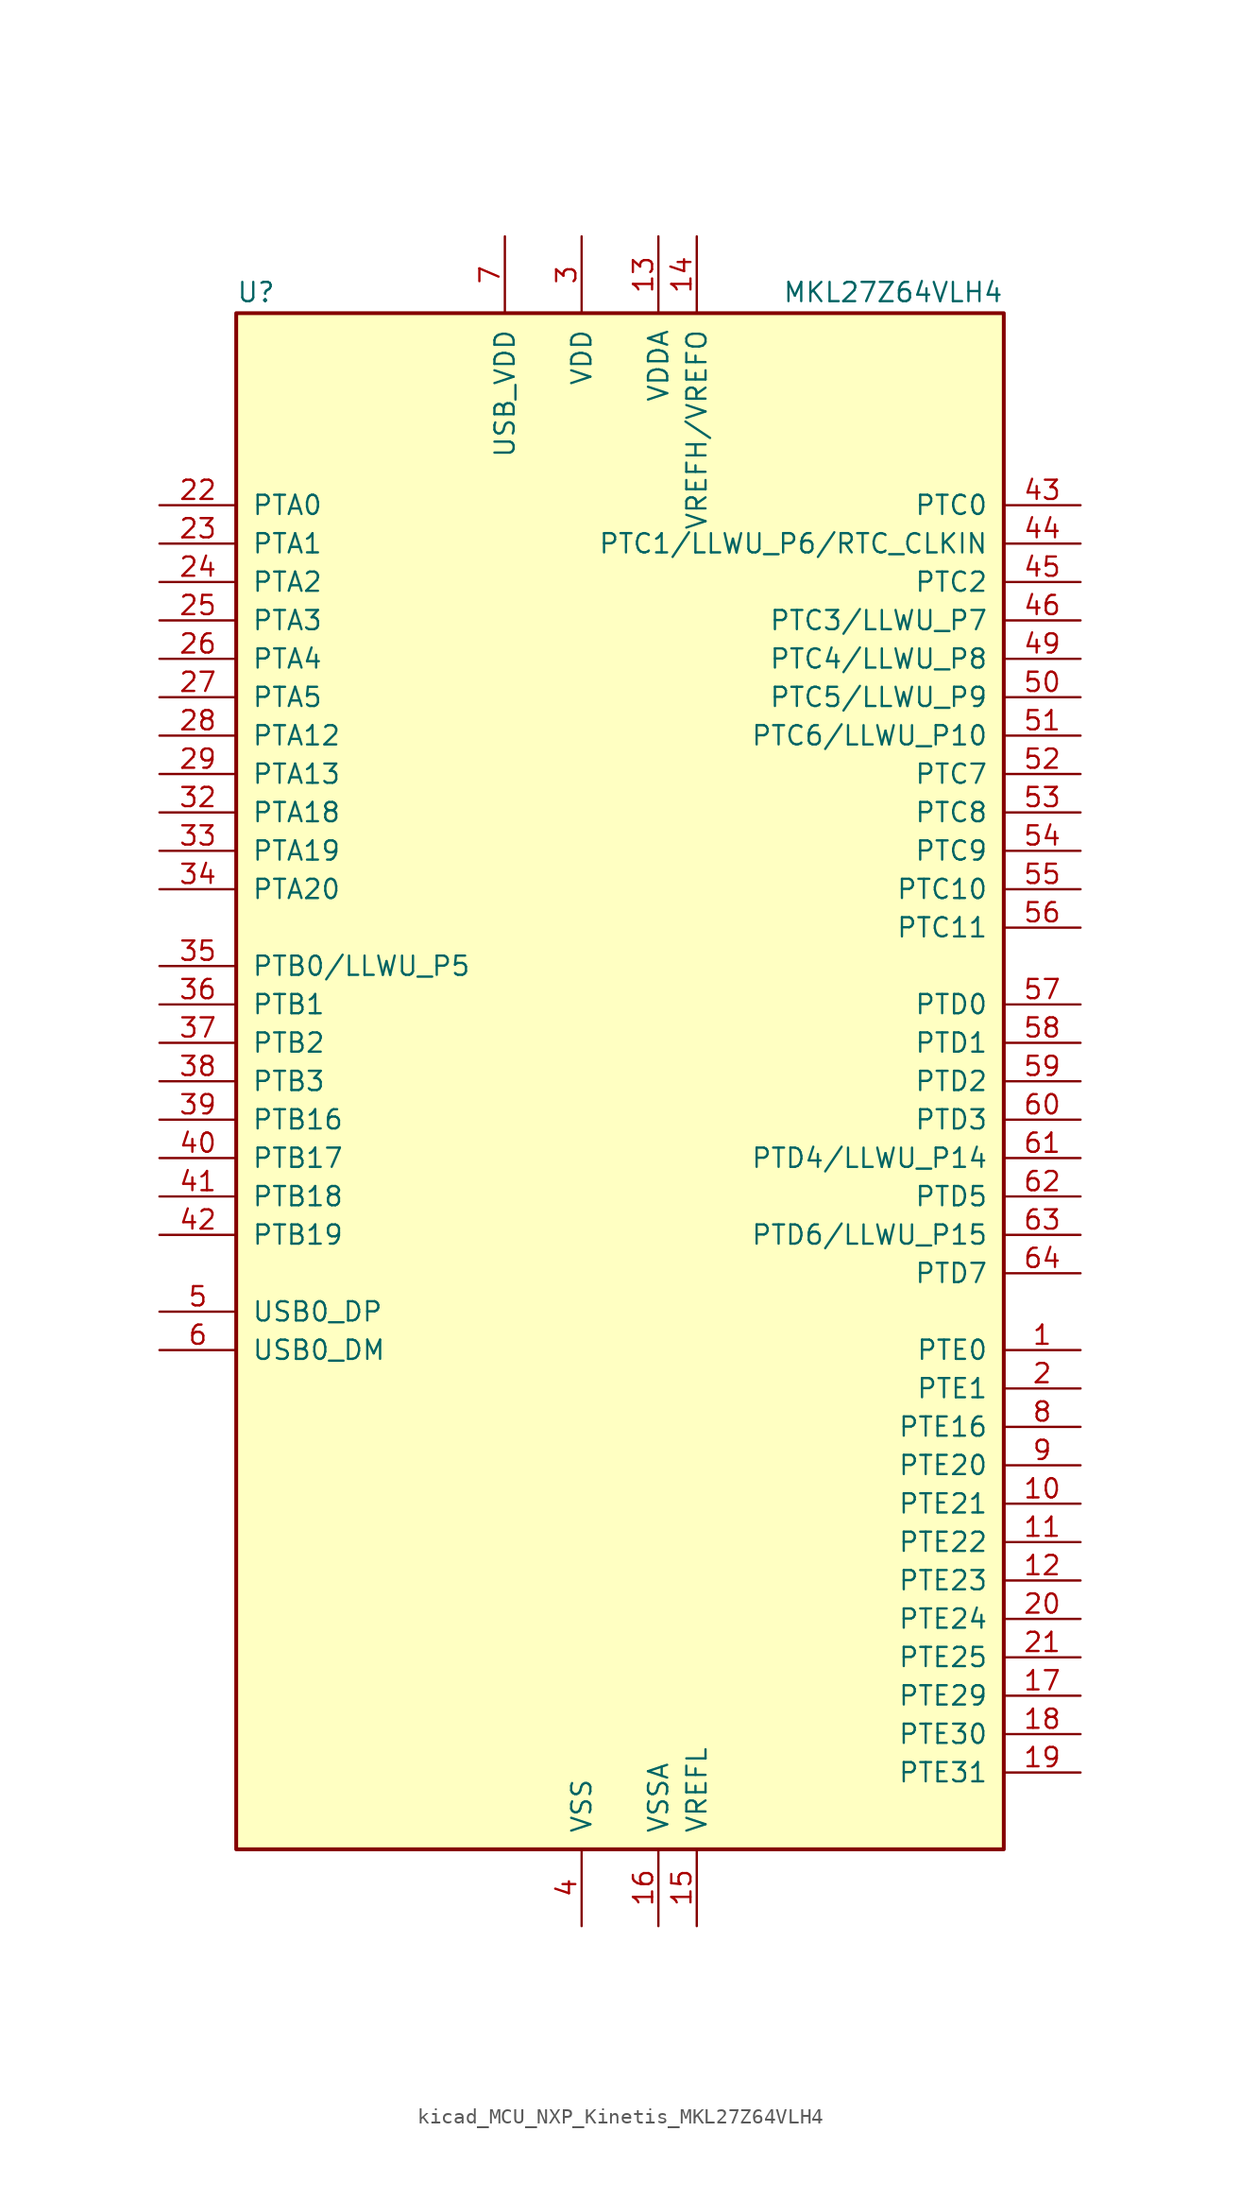
<source format=kicad_sym>
(kicad_symbol_lib
  (version 20220914)
  (generator kicad_symbol_editor)
  (symbol "kicad_MCU_NXP_Kinetis_MKL27Z64VLH4"
    (pin_names
      (offset 1.016))
    (property "Reference" "U"
      (at -25.4 51.435 0)
      (effects (font (size 1.27 1.27)) (justify left bottom)))
    (property "Value" "MKL27Z64VLH4"
      (at 25.4 51.435 0)
      (effects (font (size 1.27 1.27)) (justify right bottom)))
    (symbol "kicad_MCU_NXP_Kinetis_MKL27Z64VLH4_0_1"
      (rectangle (start -25.4 50.8) (end 25.4 -50.8) (stroke (width 0.254) (type default)) (fill (type background))))
    (symbol "kicad_MCU_NXP_Kinetis_MKL27Z64VLH4_1_1"
      (pin bidirectional line (at 30.48 -17.78 180) (length 5.08) (name "PTE0" (effects (font (size 1.27 1.27)))) (number "1" (effects (font (size 1.27 1.27)))))
      (pin bidirectional line (at 30.48 -27.94 180) (length 5.08) (name "PTE21" (effects (font (size 1.27 1.27)))) (number "10" (effects (font (size 1.27 1.27)))))
      (pin bidirectional line (at 30.48 -30.48 180) (length 5.08) (name "PTE22" (effects (font (size 1.27 1.27)))) (number "11" (effects (font (size 1.27 1.27)))))
      (pin bidirectional line (at 30.48 -33.02 180) (length 5.08) (name "PTE23" (effects (font (size 1.27 1.27)))) (number "12" (effects (font (size 1.27 1.27)))))
      (pin power_in line (at 2.54 55.88 270) (length 5.08) (name "VDDA" (effects (font (size 1.27 1.27)))) (number "13" (effects (font (size 1.27 1.27)))))
      (pin power_in line (at 5.08 55.88 270) (length 5.08) (name "VREFH/VREFO" (effects (font (size 1.27 1.27)))) (number "14" (effects (font (size 1.27 1.27)))))
      (pin power_in line (at 5.08 -55.88 90) (length 5.08) (name "VREFL" (effects (font (size 1.27 1.27)))) (number "15" (effects (font (size 1.27 1.27)))))
      (pin power_in line (at 2.54 -55.88 90) (length 5.08) (name "VSSA" (effects (font (size 1.27 1.27)))) (number "16" (effects (font (size 1.27 1.27)))))
      (pin bidirectional line (at 30.48 -40.64 180) (length 5.08) (name "PTE29" (effects (font (size 1.27 1.27)))) (number "17" (effects (font (size 1.27 1.27)))))
      (pin bidirectional line (at 30.48 -43.18 180) (length 5.08) (name "PTE30" (effects (font (size 1.27 1.27)))) (number "18" (effects (font (size 1.27 1.27)))))
      (pin bidirectional line (at 30.48 -45.72 180) (length 5.08) (name "PTE31" (effects (font (size 1.27 1.27)))) (number "19" (effects (font (size 1.27 1.27)))))
      (pin bidirectional line (at 30.48 -20.32 180) (length 5.08) (name "PTE1" (effects (font (size 1.27 1.27)))) (number "2" (effects (font (size 1.27 1.27)))))
      (pin bidirectional line (at 30.48 -35.56 180) (length 5.08) (name "PTE24" (effects (font (size 1.27 1.27)))) (number "20" (effects (font (size 1.27 1.27)))))
      (pin bidirectional line (at 30.48 -38.1 180) (length 5.08) (name "PTE25" (effects (font (size 1.27 1.27)))) (number "21" (effects (font (size 1.27 1.27)))))
      (pin bidirectional line (at -30.48 38.1 0) (length 5.08) (name "PTA0" (effects (font (size 1.27 1.27)))) (number "22" (effects (font (size 1.27 1.27)))))
      (pin bidirectional line (at -30.48 35.56 0) (length 5.08) (name "PTA1" (effects (font (size 1.27 1.27)))) (number "23" (effects (font (size 1.27 1.27)))))
      (pin bidirectional line (at -30.48 33.02 0) (length 5.08) (name "PTA2" (effects (font (size 1.27 1.27)))) (number "24" (effects (font (size 1.27 1.27)))))
      (pin bidirectional line (at -30.48 30.48 0) (length 5.08) (name "PTA3" (effects (font (size 1.27 1.27)))) (number "25" (effects (font (size 1.27 1.27)))))
      (pin bidirectional line (at -30.48 27.94 0) (length 5.08) (name "PTA4" (effects (font (size 1.27 1.27)))) (number "26" (effects (font (size 1.27 1.27)))))
      (pin bidirectional line (at -30.48 25.4 0) (length 5.08) (name "PTA5" (effects (font (size 1.27 1.27)))) (number "27" (effects (font (size 1.27 1.27)))))
      (pin bidirectional line (at -30.48 22.86 0) (length 5.08) (name "PTA12" (effects (font (size 1.27 1.27)))) (number "28" (effects (font (size 1.27 1.27)))))
      (pin bidirectional line (at -30.48 20.32 0) (length 5.08) (name "PTA13" (effects (font (size 1.27 1.27)))) (number "29" (effects (font (size 1.27 1.27)))))
      (pin power_in line (at -2.54 55.88 270) (length 5.08) (name "VDD" (effects (font (size 1.27 1.27)))) (number "3" (effects (font (size 1.27 1.27)))))
      (pin passive line (at -2.54 55.88 270) (length 5.08) hide (name "VDD" (effects (font (size 1.27 1.27)))) (number "30" (effects (font (size 1.27 1.27)))))
      (pin passive line (at -2.54 -55.88 90) (length 5.08) hide (name "VSS" (effects (font (size 1.27 1.27)))) (number "31" (effects (font (size 1.27 1.27)))))
      (pin bidirectional line (at -30.48 17.78 0) (length 5.08) (name "PTA18" (effects (font (size 1.27 1.27)))) (number "32" (effects (font (size 1.27 1.27)))))
      (pin bidirectional line (at -30.48 15.24 0) (length 5.08) (name "PTA19" (effects (font (size 1.27 1.27)))) (number "33" (effects (font (size 1.27 1.27)))))
      (pin bidirectional line (at -30.48 12.7 0) (length 5.08) (name "PTA20" (effects (font (size 1.27 1.27)))) (number "34" (effects (font (size 1.27 1.27)))))
      (pin bidirectional line (at -30.48 7.62 0) (length 5.08) (name "PTB0/LLWU_P5" (effects (font (size 1.27 1.27)))) (number "35" (effects (font (size 1.27 1.27)))))
      (pin bidirectional line (at -30.48 5.08 0) (length 5.08) (name "PTB1" (effects (font (size 1.27 1.27)))) (number "36" (effects (font (size 1.27 1.27)))))
      (pin bidirectional line (at -30.48 2.54 0) (length 5.08) (name "PTB2" (effects (font (size 1.27 1.27)))) (number "37" (effects (font (size 1.27 1.27)))))
      (pin bidirectional line (at -30.48 0 0) (length 5.08) (name "PTB3" (effects (font (size 1.27 1.27)))) (number "38" (effects (font (size 1.27 1.27)))))
      (pin bidirectional line (at -30.48 -2.54 0) (length 5.08) (name "PTB16" (effects (font (size 1.27 1.27)))) (number "39" (effects (font (size 1.27 1.27)))))
      (pin power_in line (at -2.54 -55.88 90) (length 5.08) (name "VSS" (effects (font (size 1.27 1.27)))) (number "4" (effects (font (size 1.27 1.27)))))
      (pin bidirectional line (at -30.48 -5.08 0) (length 5.08) (name "PTB17" (effects (font (size 1.27 1.27)))) (number "40" (effects (font (size 1.27 1.27)))))
      (pin bidirectional line (at -30.48 -7.62 0) (length 5.08) (name "PTB18" (effects (font (size 1.27 1.27)))) (number "41" (effects (font (size 1.27 1.27)))))
      (pin bidirectional line (at -30.48 -10.16 0) (length 5.08) (name "PTB19" (effects (font (size 1.27 1.27)))) (number "42" (effects (font (size 1.27 1.27)))))
      (pin bidirectional line (at 30.48 38.1 180) (length 5.08) (name "PTC0" (effects (font (size 1.27 1.27)))) (number "43" (effects (font (size 1.27 1.27)))))
      (pin bidirectional line (at 30.48 35.56 180) (length 5.08) (name "PTC1/LLWU_P6/RTC_CLKIN" (effects (font (size 1.27 1.27)))) (number "44" (effects (font (size 1.27 1.27)))))
      (pin bidirectional line (at 30.48 33.02 180) (length 5.08) (name "PTC2" (effects (font (size 1.27 1.27)))) (number "45" (effects (font (size 1.27 1.27)))))
      (pin bidirectional line (at 30.48 30.48 180) (length 5.08) (name "PTC3/LLWU_P7" (effects (font (size 1.27 1.27)))) (number "46" (effects (font (size 1.27 1.27)))))
      (pin passive line (at -2.54 -55.88 90) (length 5.08) hide (name "VSS" (effects (font (size 1.27 1.27)))) (number "47" (effects (font (size 1.27 1.27)))))
      (pin passive line (at -2.54 55.88 270) (length 5.08) hide (name "VDD" (effects (font (size 1.27 1.27)))) (number "48" (effects (font (size 1.27 1.27)))))
      (pin bidirectional line (at 30.48 27.94 180) (length 5.08) (name "PTC4/LLWU_P8" (effects (font (size 1.27 1.27)))) (number "49" (effects (font (size 1.27 1.27)))))
      (pin bidirectional line (at -30.48 -15.24 0) (length 5.08) (name "USB0_DP" (effects (font (size 1.27 1.27)))) (number "5" (effects (font (size 1.27 1.27)))))
      (pin bidirectional line (at 30.48 25.4 180) (length 5.08) (name "PTC5/LLWU_P9" (effects (font (size 1.27 1.27)))) (number "50" (effects (font (size 1.27 1.27)))))
      (pin bidirectional line (at 30.48 22.86 180) (length 5.08) (name "PTC6/LLWU_P10" (effects (font (size 1.27 1.27)))) (number "51" (effects (font (size 1.27 1.27)))))
      (pin bidirectional line (at 30.48 20.32 180) (length 5.08) (name "PTC7" (effects (font (size 1.27 1.27)))) (number "52" (effects (font (size 1.27 1.27)))))
      (pin bidirectional line (at 30.48 17.78 180) (length 5.08) (name "PTC8" (effects (font (size 1.27 1.27)))) (number "53" (effects (font (size 1.27 1.27)))))
      (pin bidirectional line (at 30.48 15.24 180) (length 5.08) (name "PTC9" (effects (font (size 1.27 1.27)))) (number "54" (effects (font (size 1.27 1.27)))))
      (pin bidirectional line (at 30.48 12.7 180) (length 5.08) (name "PTC10" (effects (font (size 1.27 1.27)))) (number "55" (effects (font (size 1.27 1.27)))))
      (pin bidirectional line (at 30.48 10.16 180) (length 5.08) (name "PTC11" (effects (font (size 1.27 1.27)))) (number "56" (effects (font (size 1.27 1.27)))))
      (pin bidirectional line (at 30.48 5.08 180) (length 5.08) (name "PTD0" (effects (font (size 1.27 1.27)))) (number "57" (effects (font (size 1.27 1.27)))))
      (pin bidirectional line (at 30.48 2.54 180) (length 5.08) (name "PTD1" (effects (font (size 1.27 1.27)))) (number "58" (effects (font (size 1.27 1.27)))))
      (pin bidirectional line (at 30.48 0 180) (length 5.08) (name "PTD2" (effects (font (size 1.27 1.27)))) (number "59" (effects (font (size 1.27 1.27)))))
      (pin bidirectional line (at -30.48 -17.78 0) (length 5.08) (name "USB0_DM" (effects (font (size 1.27 1.27)))) (number "6" (effects (font (size 1.27 1.27)))))
      (pin bidirectional line (at 30.48 -2.54 180) (length 5.08) (name "PTD3" (effects (font (size 1.27 1.27)))) (number "60" (effects (font (size 1.27 1.27)))))
      (pin bidirectional line (at 30.48 -5.08 180) (length 5.08) (name "PTD4/LLWU_P14" (effects (font (size 1.27 1.27)))) (number "61" (effects (font (size 1.27 1.27)))))
      (pin bidirectional line (at 30.48 -7.62 180) (length 5.08) (name "PTD5" (effects (font (size 1.27 1.27)))) (number "62" (effects (font (size 1.27 1.27)))))
      (pin bidirectional line (at 30.48 -10.16 180) (length 5.08) (name "PTD6/LLWU_P15" (effects (font (size 1.27 1.27)))) (number "63" (effects (font (size 1.27 1.27)))))
      (pin bidirectional line (at 30.48 -12.7 180) (length 5.08) (name "PTD7" (effects (font (size 1.27 1.27)))) (number "64" (effects (font (size 1.27 1.27)))))
      (pin power_in line (at -7.62 55.88 270) (length 5.08) (name "USB_VDD" (effects (font (size 1.27 1.27)))) (number "7" (effects (font (size 1.27 1.27)))))
      (pin bidirectional line (at 30.48 -22.86 180) (length 5.08) (name "PTE16" (effects (font (size 1.27 1.27)))) (number "8" (effects (font (size 1.27 1.27)))))
      (pin bidirectional line (at 30.48 -25.4 180) (length 5.08) (name "PTE20" (effects (font (size 1.27 1.27)))) (number "9" (effects (font (size 1.27 1.27))))))))
</source>
